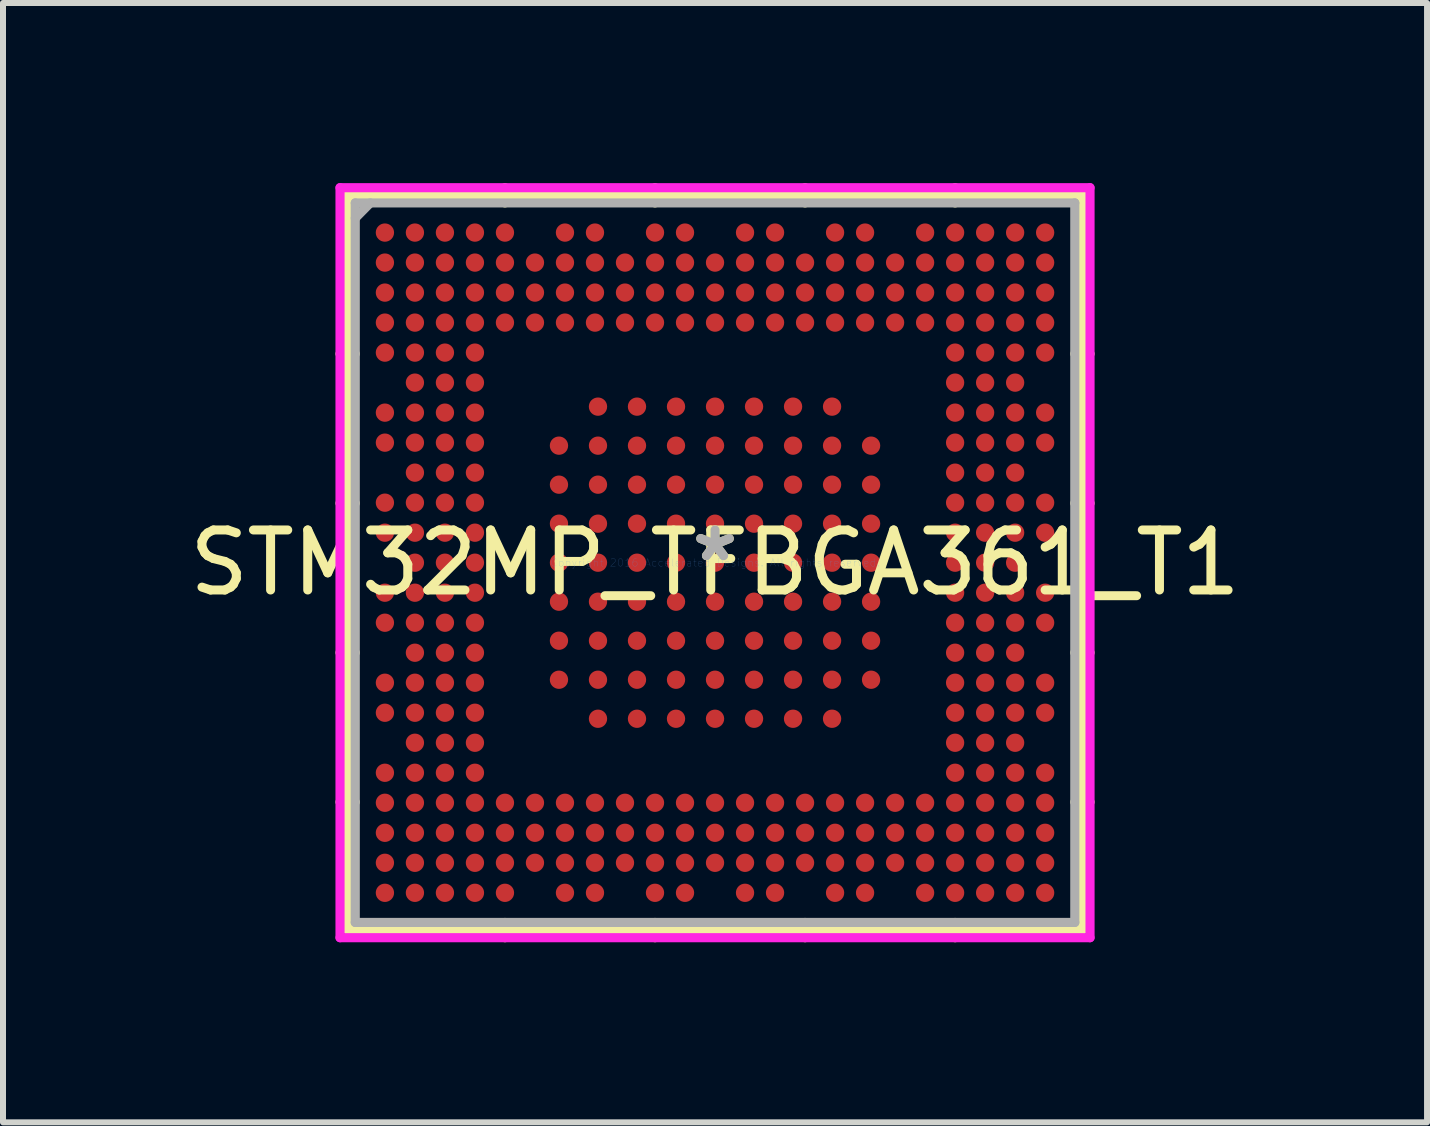
<source format=kicad_pcb>
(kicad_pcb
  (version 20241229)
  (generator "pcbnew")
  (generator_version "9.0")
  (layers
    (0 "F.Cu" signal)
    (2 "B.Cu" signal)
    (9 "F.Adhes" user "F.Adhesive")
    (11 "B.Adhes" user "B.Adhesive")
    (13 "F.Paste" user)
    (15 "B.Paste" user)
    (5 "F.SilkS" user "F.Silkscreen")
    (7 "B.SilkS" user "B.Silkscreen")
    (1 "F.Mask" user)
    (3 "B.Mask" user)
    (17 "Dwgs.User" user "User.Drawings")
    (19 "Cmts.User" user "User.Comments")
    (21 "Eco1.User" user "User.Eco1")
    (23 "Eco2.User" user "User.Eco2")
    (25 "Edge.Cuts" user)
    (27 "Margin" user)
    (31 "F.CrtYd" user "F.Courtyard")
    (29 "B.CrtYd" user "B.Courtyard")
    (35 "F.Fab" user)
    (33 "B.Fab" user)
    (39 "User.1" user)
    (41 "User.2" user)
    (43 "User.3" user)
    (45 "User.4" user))
  (footprint "STM32MP_TFBGA361_T1"
    (layer "F.Cu")
    (at 8.863 6.325)
    (property "Reference" "STM32MP_TFBGA361_T1" (at 0 0 0) (layer "F.SilkS") (effects (font (size 1 1) (thickness 0.15))))
    (attr through_hole)
    (fp_line (start -6.121 -6.121) (end -6.121 6.121) (stroke (width 0.152) (type solid)) (layer "F.SilkS"))
    (fp_line (start -6.121 6.121) (end 6.121 6.121) (stroke (width 0.152) (type solid)) (layer "F.SilkS"))
    (fp_line (start -5.994 -3.48) (end -6.248 -3.48) (stroke (width 0.152) (type solid)) (layer "F.SilkS"))
    (fp_line (start -5.994 -0.991) (end -6.248 -0.991) (stroke (width 0.152) (type solid)) (layer "F.SilkS"))
    (fp_line (start -5.994 1.499) (end -6.248 1.499) (stroke (width 0.152) (type solid)) (layer "F.SilkS"))
    (fp_line (start -5.994 3.988) (end -6.248 3.988) (stroke (width 0.152) (type solid)) (layer "F.SilkS"))
    (fp_line (start -3.5 -5.994) (end -3.5 -6.248) (stroke (width 0.152) (type solid)) (layer "F.SilkS"))
    (fp_line (start -3.5 5.994) (end -3.5 6.248) (stroke (width 0.152) (type solid)) (layer "F.SilkS"))
    (fp_line (start -1 -5.994) (end -1 -6.248) (stroke (width 0.152) (type solid)) (layer "F.SilkS"))
    (fp_line (start -1 5.994) (end -1 6.248) (stroke (width 0.152) (type solid)) (layer "F.SilkS"))
    (fp_line (start 1.5 -5.994) (end 1.5 -6.248) (stroke (width 0.152) (type solid)) (layer "F.SilkS"))
    (fp_line (start 1.5 5.994) (end 1.5 6.248) (stroke (width 0.152) (type solid)) (layer "F.SilkS"))
    (fp_line (start 4 -5.994) (end 4 -6.248) (stroke (width 0.152) (type solid)) (layer "F.SilkS"))
    (fp_line (start 4 5.994) (end 4 6.248) (stroke (width 0.152) (type solid)) (layer "F.SilkS"))
    (fp_line (start 5.994 -3.48) (end 6.248 -3.48) (stroke (width 0.152) (type solid)) (layer "F.SilkS"))
    (fp_line (start 5.994 -0.991) (end 6.248 -0.991) (stroke (width 0.152) (type solid)) (layer "F.SilkS"))
    (fp_line (start 5.994 1.499) (end 6.248 1.499) (stroke (width 0.152) (type solid)) (layer "F.SilkS"))
    (fp_line (start 5.994 3.988) (end 6.248 3.988) (stroke (width 0.152) (type solid)) (layer "F.SilkS"))
    (fp_line (start 6.121 -6.121) (end -6.121 -6.121) (stroke (width 0.152) (type solid)) (layer "F.SilkS"))
    (fp_line (start 6.121 6.121) (end 6.121 -6.121) (stroke (width 0.152) (type solid)) (layer "F.SilkS"))
    (fp_line (start -6.248 -6.248) (end 6.248 -6.248) (stroke (width 0.152) (type solid)) (layer "F.CrtYd"))
    (fp_line (start -6.248 6.248) (end -6.248 -6.248) (stroke (width 0.152) (type solid)) (layer "F.CrtYd"))
    (fp_line (start 6.248 -6.248) (end 6.248 6.248) (stroke (width 0.152) (type solid)) (layer "F.CrtYd"))
    (fp_line (start 6.248 6.248) (end -6.248 6.248) (stroke (width 0.152) (type solid)) (layer "F.CrtYd"))
    (fp_line (start -5.994 -5.994) (end -5.994 5.994) (stroke (width 0.152) (type solid)) (layer "F.Fab"))
    (fp_line (start -5.994 5.994) (end 5.994 5.994) (stroke (width 0.152) (type solid)) (layer "F.Fab"))
    (fp_line (start -5.744 -5.994) (end -5.994 -5.74) (stroke (width 0.152) (type solid)) (layer "F.Fab"))
    (fp_line (start 5.994 -5.994) (end -5.994 -5.994) (stroke (width 0.152) (type solid)) (layer "F.Fab"))
    (fp_line (start 5.994 5.994) (end 5.994 -5.994) (stroke (width 0.152) (type solid)) (layer "F.Fab"))
    (fp_text user "*" (at 0 0 0) (layer "F.SilkS") (effects (font (size 1 1) (thickness 0.15))))
    (fp_text user "Copyright 2016 Accelerated Designs. All rights reserved." (at 0 0 0) (layer "Cmts.User") (effects (font (size 0.127 0.127) (thickness 0.002))))
    (fp_text user "*" (at 0 0 0) (layer "F.Fab") (effects (font (size 1 1) (thickness 0.15))))
    (pad "1A2" smd circle (at -1.95 -2.6) (size 0.305 0.305) (layers "F.Cu" "F.Mask" "F.Paste"))
    (pad "1A3" smd circle (at -1.3 -2.6) (size 0.305 0.305) (layers "F.Cu" "F.Mask" "F.Paste"))
    (pad "1A4" smd circle (at -0.65 -2.6) (size 0.305 0.305) (layers "F.Cu" "F.Mask" "F.Paste"))
    (pad "1A5" smd circle (at 0 -2.6) (size 0.305 0.305) (layers "F.Cu" "F.Mask" "F.Paste"))
    (pad "1A6" smd circle (at 0.65 -2.6) (size 0.305 0.305) (layers "F.Cu" "F.Mask" "F.Paste"))
    (pad "1A7" smd circle (at 1.3 -2.6) (size 0.305 0.305) (layers "F.Cu" "F.Mask" "F.Paste"))
    (pad "1A8" smd circle (at 1.95 -2.6) (size 0.305 0.305) (layers "F.Cu" "F.Mask" "F.Paste"))
    (pad "1B1" smd circle (at -2.6 -1.95) (size 0.305 0.305) (layers "F.Cu" "F.Mask" "F.Paste"))
    (pad "1B2" smd circle (at -1.95 -1.95) (size 0.305 0.305) (layers "F.Cu" "F.Mask" "F.Paste"))
    (pad "1B3" smd circle (at -1.3 -1.95) (size 0.305 0.305) (layers "F.Cu" "F.Mask" "F.Paste"))
    (pad "1B4" smd circle (at -0.65 -1.95) (size 0.305 0.305) (layers "F.Cu" "F.Mask" "F.Paste"))
    (pad "1B5" smd circle (at 0 -1.95) (size 0.305 0.305) (layers "F.Cu" "F.Mask" "F.Paste"))
    (pad "1B6" smd circle (at 0.65 -1.95) (size 0.305 0.305) (layers "F.Cu" "F.Mask" "F.Paste"))
    (pad "1B7" smd circle (at 1.3 -1.95) (size 0.305 0.305) (layers "F.Cu" "F.Mask" "F.Paste"))
    (pad "1B8" smd circle (at 1.95 -1.95) (size 0.305 0.305) (layers "F.Cu" "F.Mask" "F.Paste"))
    (pad "1B9" smd circle (at 2.6 -1.95) (size 0.305 0.305) (layers "F.Cu" "F.Mask" "F.Paste"))
    (pad "1C1" smd circle (at -2.6 -1.3) (size 0.305 0.305) (layers "F.Cu" "F.Mask" "F.Paste"))
    (pad "1C2" smd circle (at -1.95 -1.3) (size 0.305 0.305) (layers "F.Cu" "F.Mask" "F.Paste"))
    (pad "1C3" smd circle (at -1.3 -1.3) (size 0.305 0.305) (layers "F.Cu" "F.Mask" "F.Paste"))
    (pad "1C4" smd circle (at -0.65 -1.3) (size 0.305 0.305) (layers "F.Cu" "F.Mask" "F.Paste"))
    (pad "1C5" smd circle (at 0 -1.3) (size 0.305 0.305) (layers "F.Cu" "F.Mask" "F.Paste"))
    (pad "1C6" smd circle (at 0.65 -1.3) (size 0.305 0.305) (layers "F.Cu" "F.Mask" "F.Paste"))
    (pad "1C7" smd circle (at 1.3 -1.3) (size 0.305 0.305) (layers "F.Cu" "F.Mask" "F.Paste"))
    (pad "1C8" smd circle (at 1.95 -1.3) (size 0.305 0.305) (layers "F.Cu" "F.Mask" "F.Paste"))
    (pad "1C9" smd circle (at 2.6 -1.3) (size 0.305 0.305) (layers "F.Cu" "F.Mask" "F.Paste"))
    (pad "1D1" smd circle (at -2.6 -0.65) (size 0.305 0.305) (layers "F.Cu" "F.Mask" "F.Paste"))
    (pad "1D2" smd circle (at -1.95 -0.65) (size 0.305 0.305) (layers "F.Cu" "F.Mask" "F.Paste"))
    (pad "1D3" smd circle (at -1.3 -0.65) (size 0.305 0.305) (layers "F.Cu" "F.Mask" "F.Paste"))
    (pad "1D4" smd circle (at -0.65 -0.65) (size 0.305 0.305) (layers "F.Cu" "F.Mask" "F.Paste"))
    (pad "1D5" smd circle (at 0 -0.65) (size 0.305 0.305) (layers "F.Cu" "F.Mask" "F.Paste"))
    (pad "1D6" smd circle (at 0.65 -0.65) (size 0.305 0.305) (layers "F.Cu" "F.Mask" "F.Paste"))
    (pad "1D7" smd circle (at 1.3 -0.65) (size 0.305 0.305) (layers "F.Cu" "F.Mask" "F.Paste"))
    (pad "1D8" smd circle (at 1.95 -0.65) (size 0.305 0.305) (layers "F.Cu" "F.Mask" "F.Paste"))
    (pad "1D9" smd circle (at 2.6 -0.65) (size 0.305 0.305) (layers "F.Cu" "F.Mask" "F.Paste"))
    (pad "1E1" smd circle (at -2.6 0) (size 0.305 0.305) (layers "F.Cu" "F.Mask" "F.Paste"))
    (pad "1E2" smd circle (at -1.95 0) (size 0.305 0.305) (layers "F.Cu" "F.Mask" "F.Paste"))
    (pad "1E3" smd circle (at -1.3 0) (size 0.305 0.305) (layers "F.Cu" "F.Mask" "F.Paste"))
    (pad "1E4" smd circle (at -0.65 0) (size 0.305 0.305) (layers "F.Cu" "F.Mask" "F.Paste"))
    (pad "1E5" smd circle (at 0 0) (size 0.305 0.305) (layers "F.Cu" "F.Mask" "F.Paste"))
    (pad "1E6" smd circle (at 0.65 0) (size 0.305 0.305) (layers "F.Cu" "F.Mask" "F.Paste"))
    (pad "1E7" smd circle (at 1.3 0) (size 0.305 0.305) (layers "F.Cu" "F.Mask" "F.Paste"))
    (pad "1E8" smd circle (at 1.95 0) (size 0.305 0.305) (layers "F.Cu" "F.Mask" "F.Paste"))
    (pad "1E9" smd circle (at 2.6 0) (size 0.305 0.305) (layers "F.Cu" "F.Mask" "F.Paste"))
    (pad "1F1" smd circle (at -2.6 0.65) (size 0.305 0.305) (layers "F.Cu" "F.Mask" "F.Paste"))
    (pad "1F2" smd circle (at -1.95 0.65) (size 0.305 0.305) (layers "F.Cu" "F.Mask" "F.Paste"))
    (pad "1F3" smd circle (at -1.3 0.65) (size 0.305 0.305) (layers "F.Cu" "F.Mask" "F.Paste"))
    (pad "1F4" smd circle (at -0.65 0.65) (size 0.305 0.305) (layers "F.Cu" "F.Mask" "F.Paste"))
    (pad "1F5" smd circle (at 0 0.65) (size 0.305 0.305) (layers "F.Cu" "F.Mask" "F.Paste"))
    (pad "1F6" smd circle (at 0.65 0.65) (size 0.305 0.305) (layers "F.Cu" "F.Mask" "F.Paste"))
    (pad "1F7" smd circle (at 1.3 0.65) (size 0.305 0.305) (layers "F.Cu" "F.Mask" "F.Paste"))
    (pad "1F8" smd circle (at 1.95 0.65) (size 0.305 0.305) (layers "F.Cu" "F.Mask" "F.Paste"))
    (pad "1F9" smd circle (at 2.6 0.65) (size 0.305 0.305) (layers "F.Cu" "F.Mask" "F.Paste"))
    (pad "1G1" smd circle (at -2.6 1.3) (size 0.305 0.305) (layers "F.Cu" "F.Mask" "F.Paste"))
    (pad "1G2" smd circle (at -1.95 1.3) (size 0.305 0.305) (layers "F.Cu" "F.Mask" "F.Paste"))
    (pad "1G3" smd circle (at -1.3 1.3) (size 0.305 0.305) (layers "F.Cu" "F.Mask" "F.Paste"))
    (pad "1G4" smd circle (at -0.65 1.3) (size 0.305 0.305) (layers "F.Cu" "F.Mask" "F.Paste"))
    (pad "1G5" smd circle (at 0 1.3) (size 0.305 0.305) (layers "F.Cu" "F.Mask" "F.Paste"))
    (pad "1G6" smd circle (at 0.65 1.3) (size 0.305 0.305) (layers "F.Cu" "F.Mask" "F.Paste"))
    (pad "1G7" smd circle (at 1.3 1.3) (size 0.305 0.305) (layers "F.Cu" "F.Mask" "F.Paste"))
    (pad "1G8" smd circle (at 1.95 1.3) (size 0.305 0.305) (layers "F.Cu" "F.Mask" "F.Paste"))
    (pad "1G9" smd circle (at 2.6 1.3) (size 0.305 0.305) (layers "F.Cu" "F.Mask" "F.Paste"))
    (pad "1H1" smd circle (at -2.6 1.95) (size 0.305 0.305) (layers "F.Cu" "F.Mask" "F.Paste"))
    (pad "1H2" smd circle (at -1.95 1.95) (size 0.305 0.305) (layers "F.Cu" "F.Mask" "F.Paste"))
    (pad "1H3" smd circle (at -1.3 1.95) (size 0.305 0.305) (layers "F.Cu" "F.Mask" "F.Paste"))
    (pad "1H4" smd circle (at -0.65 1.95) (size 0.305 0.305) (layers "F.Cu" "F.Mask" "F.Paste"))
    (pad "1H5" smd circle (at 0 1.95) (size 0.305 0.305) (layers "F.Cu" "F.Mask" "F.Paste"))
    (pad "1H6" smd circle (at 0.65 1.95) (size 0.305 0.305) (layers "F.Cu" "F.Mask" "F.Paste"))
    (pad "1H7" smd circle (at 1.3 1.95) (size 0.305 0.305) (layers "F.Cu" "F.Mask" "F.Paste"))
    (pad "1H8" smd circle (at 1.95 1.95) (size 0.305 0.305) (layers "F.Cu" "F.Mask" "F.Paste"))
    (pad "1H9" smd circle (at 2.6 1.95) (size 0.305 0.305) (layers "F.Cu" "F.Mask" "F.Paste"))
    (pad "1J2" smd circle (at -1.95 2.6) (size 0.305 0.305) (layers "F.Cu" "F.Mask" "F.Paste"))
    (pad "1J3" smd circle (at -1.3 2.6) (size 0.305 0.305) (layers "F.Cu" "F.Mask" "F.Paste"))
    (pad "1J4" smd circle (at -0.65 2.6) (size 0.305 0.305) (layers "F.Cu" "F.Mask" "F.Paste"))
    (pad "1J5" smd circle (at 0 2.6) (size 0.305 0.305) (layers "F.Cu" "F.Mask" "F.Paste"))
    (pad "1J6" smd circle (at 0.65 2.6) (size 0.305 0.305) (layers "F.Cu" "F.Mask" "F.Paste"))
    (pad "1J7" smd circle (at 1.3 2.6) (size 0.305 0.305) (layers "F.Cu" "F.Mask" "F.Paste"))
    (pad "1J8" smd circle (at 1.95 2.6) (size 0.305 0.305) (layers "F.Cu" "F.Mask" "F.Paste"))
    (pad "A1" smd circle (at -5.5 -5.5) (size 0.305 0.305) (layers "F.Cu" "F.Mask" "F.Paste"))
    (pad "A2" smd circle (at -5 -5.5) (size 0.305 0.305) (layers "F.Cu" "F.Mask" "F.Paste"))
    (pad "A3" smd circle (at -4.5 -5.5) (size 0.305 0.305) (layers "F.Cu" "F.Mask" "F.Paste"))
    (pad "A4" smd circle (at -4 -5.5) (size 0.305 0.305) (layers "F.Cu" "F.Mask" "F.Paste"))
    (pad "A5" smd circle (at -3.5 -5.5) (size 0.305 0.305) (layers "F.Cu" "F.Mask" "F.Paste"))
    (pad "A7" smd circle (at -2.5 -5.5) (size 0.305 0.305) (layers "F.Cu" "F.Mask" "F.Paste"))
    (pad "A8" smd circle (at -2 -5.5) (size 0.305 0.305) (layers "F.Cu" "F.Mask" "F.Paste"))
    (pad "A10" smd circle (at -1 -5.5) (size 0.305 0.305) (layers "F.Cu" "F.Mask" "F.Paste"))
    (pad "A11" smd circle (at -0.5 -5.5) (size 0.305 0.305) (layers "F.Cu" "F.Mask" "F.Paste"))
    (pad "A13" smd circle (at 0.5 -5.5) (size 0.305 0.305) (layers "F.Cu" "F.Mask" "F.Paste"))
    (pad "A14" smd circle (at 1 -5.5) (size 0.305 0.305) (layers "F.Cu" "F.Mask" "F.Paste"))
    (pad "A16" smd circle (at 2 -5.5) (size 0.305 0.305) (layers "F.Cu" "F.Mask" "F.Paste"))
    (pad "A17" smd circle (at 2.5 -5.5) (size 0.305 0.305) (layers "F.Cu" "F.Mask" "F.Paste"))
    (pad "A19" smd circle (at 3.5 -5.5) (size 0.305 0.305) (layers "F.Cu" "F.Mask" "F.Paste"))
    (pad "A20" smd circle (at 4 -5.5) (size 0.305 0.305) (layers "F.Cu" "F.Mask" "F.Paste"))
    (pad "A21" smd circle (at 4.5 -5.5) (size 0.305 0.305) (layers "F.Cu" "F.Mask" "F.Paste"))
    (pad "A22" smd circle (at 5 -5.5) (size 0.305 0.305) (layers "F.Cu" "F.Mask" "F.Paste"))
    (pad "A23" smd circle (at 5.5 -5.5) (size 0.305 0.305) (layers "F.Cu" "F.Mask" "F.Paste"))
    (pad "AA1" smd circle (at -5.5 4.5) (size 0.305 0.305) (layers "F.Cu" "F.Mask" "F.Paste"))
    (pad "AA2" smd circle (at -5 4.5) (size 0.305 0.305) (layers "F.Cu" "F.Mask" "F.Paste"))
    (pad "AA3" smd circle (at -4.5 4.5) (size 0.305 0.305) (layers "F.Cu" "F.Mask" "F.Paste"))
    (pad "AA4" smd circle (at -4 4.5) (size 0.305 0.305) (layers "F.Cu" "F.Mask" "F.Paste"))
    (pad "AA5" smd circle (at -3.5 4.5) (size 0.305 0.305) (layers "F.Cu" "F.Mask" "F.Paste"))
    (pad "AA6" smd circle (at -3 4.5) (size 0.305 0.305) (layers "F.Cu" "F.Mask" "F.Paste"))
    (pad "AA7" smd circle (at -2.5 4.5) (size 0.305 0.305) (layers "F.Cu" "F.Mask" "F.Paste"))
    (pad "AA8" smd circle (at -2 4.5) (size 0.305 0.305) (layers "F.Cu" "F.Mask" "F.Paste"))
    (pad "AA9" smd circle (at -1.5 4.5) (size 0.305 0.305) (layers "F.Cu" "F.Mask" "F.Paste"))
    (pad "AA10" smd circle (at -1 4.5) (size 0.305 0.305) (layers "F.Cu" "F.Mask" "F.Paste"))
    (pad "AA11" smd circle (at -0.5 4.5) (size 0.305 0.305) (layers "F.Cu" "F.Mask" "F.Paste"))
    (pad "AA12" smd circle (at 0 4.5) (size 0.305 0.305) (layers "F.Cu" "F.Mask" "F.Paste"))
    (pad "AA13" smd circle (at 0.5 4.5) (size 0.305 0.305) (layers "F.Cu" "F.Mask" "F.Paste"))
    (pad "AA14" smd circle (at 1 4.5) (size 0.305 0.305) (layers "F.Cu" "F.Mask" "F.Paste"))
    (pad "AA15" smd circle (at 1.5 4.5) (size 0.305 0.305) (layers "F.Cu" "F.Mask" "F.Paste"))
    (pad "AA16" smd circle (at 2 4.5) (size 0.305 0.305) (layers "F.Cu" "F.Mask" "F.Paste"))
    (pad "AA17" smd circle (at 2.5 4.5) (size 0.305 0.305) (layers "F.Cu" "F.Mask" "F.Paste"))
    (pad "AA18" smd circle (at 3 4.5) (size 0.305 0.305) (layers "F.Cu" "F.Mask" "F.Paste"))
    (pad "AA19" smd circle (at 3.5 4.5) (size 0.305 0.305) (layers "F.Cu" "F.Mask" "F.Paste"))
    (pad "AA20" smd circle (at 4 4.5) (size 0.305 0.305) (layers "F.Cu" "F.Mask" "F.Paste"))
    (pad "AA21" smd circle (at 4.5 4.5) (size 0.305 0.305) (layers "F.Cu" "F.Mask" "F.Paste"))
    (pad "AA22" smd circle (at 5 4.5) (size 0.305 0.305) (layers "F.Cu" "F.Mask" "F.Paste"))
    (pad "AA23" smd circle (at 5.5 4.5) (size 0.305 0.305) (layers "F.Cu" "F.Mask" "F.Paste"))
    (pad "AB1" smd circle (at -5.5 5) (size 0.305 0.305) (layers "F.Cu" "F.Mask" "F.Paste"))
    (pad "AB2" smd circle (at -5 5) (size 0.305 0.305) (layers "F.Cu" "F.Mask" "F.Paste"))
    (pad "AB3" smd circle (at -4.5 5) (size 0.305 0.305) (layers "F.Cu" "F.Mask" "F.Paste"))
    (pad "AB4" smd circle (at -4 5) (size 0.305 0.305) (layers "F.Cu" "F.Mask" "F.Paste"))
    (pad "AB5" smd circle (at -3.5 5) (size 0.305 0.305) (layers "F.Cu" "F.Mask" "F.Paste"))
    (pad "AB6" smd circle (at -3 5) (size 0.305 0.305) (layers "F.Cu" "F.Mask" "F.Paste"))
    (pad "AB7" smd circle (at -2.5 5) (size 0.305 0.305) (layers "F.Cu" "F.Mask" "F.Paste"))
    (pad "AB8" smd circle (at -2 5) (size 0.305 0.305) (layers "F.Cu" "F.Mask" "F.Paste"))
    (pad "AB9" smd circle (at -1.5 5) (size 0.305 0.305) (layers "F.Cu" "F.Mask" "F.Paste"))
    (pad "AB10" smd circle (at -1 5) (size 0.305 0.305) (layers "F.Cu" "F.Mask" "F.Paste"))
    (pad "AB11" smd circle (at -0.5 5) (size 0.305 0.305) (layers "F.Cu" "F.Mask" "F.Paste"))
    (pad "AB12" smd circle (at 0 5) (size 0.305 0.305) (layers "F.Cu" "F.Mask" "F.Paste"))
    (pad "AB13" smd circle (at 0.5 5) (size 0.305 0.305) (layers "F.Cu" "F.Mask" "F.Paste"))
    (pad "AB14" smd circle (at 1 5) (size 0.305 0.305) (layers "F.Cu" "F.Mask" "F.Paste"))
    (pad "AB15" smd circle (at 1.5 5) (size 0.305 0.305) (layers "F.Cu" "F.Mask" "F.Paste"))
    (pad "AB16" smd circle (at 2 5) (size 0.305 0.305) (layers "F.Cu" "F.Mask" "F.Paste"))
    (pad "AB17" smd circle (at 2.5 5) (size 0.305 0.305) (layers "F.Cu" "F.Mask" "F.Paste"))
    (pad "AB18" smd circle (at 3 5) (size 0.305 0.305) (layers "F.Cu" "F.Mask" "F.Paste"))
    (pad "AB19" smd circle (at 3.5 5) (size 0.305 0.305) (layers "F.Cu" "F.Mask" "F.Paste"))
    (pad "AB20" smd circle (at 4 5) (size 0.305 0.305) (layers "F.Cu" "F.Mask" "F.Paste"))
    (pad "AB21" smd circle (at 4.5 5) (size 0.305 0.305) (layers "F.Cu" "F.Mask" "F.Paste"))
    (pad "AB22" smd circle (at 5 5) (size 0.305 0.305) (layers "F.Cu" "F.Mask" "F.Paste"))
    (pad "AB23" smd circle (at 5.5 5) (size 0.305 0.305) (layers "F.Cu" "F.Mask" "F.Paste"))
    (pad "AC1" smd circle (at -5.5 5.5) (size 0.305 0.305) (layers "F.Cu" "F.Mask" "F.Paste"))
    (pad "AC2" smd circle (at -5 5.5) (size 0.305 0.305) (layers "F.Cu" "F.Mask" "F.Paste"))
    (pad "AC3" smd circle (at -4.5 5.5) (size 0.305 0.305) (layers "F.Cu" "F.Mask" "F.Paste"))
    (pad "AC4" smd circle (at -4 5.5) (size 0.305 0.305) (layers "F.Cu" "F.Mask" "F.Paste"))
    (pad "AC5" smd circle (at -3.5 5.5) (size 0.305 0.305) (layers "F.Cu" "F.Mask" "F.Paste"))
    (pad "AC7" smd circle (at -2.5 5.5) (size 0.305 0.305) (layers "F.Cu" "F.Mask" "F.Paste"))
    (pad "AC8" smd circle (at -2 5.5) (size 0.305 0.305) (layers "F.Cu" "F.Mask" "F.Paste"))
    (pad "AC10" smd circle (at -1 5.5) (size 0.305 0.305) (layers "F.Cu" "F.Mask" "F.Paste"))
    (pad "AC11" smd circle (at -0.5 5.5) (size 0.305 0.305) (layers "F.Cu" "F.Mask" "F.Paste"))
    (pad "AC13" smd circle (at 0.5 5.5) (size 0.305 0.305) (layers "F.Cu" "F.Mask" "F.Paste"))
    (pad "AC14" smd circle (at 1 5.5) (size 0.305 0.305) (layers "F.Cu" "F.Mask" "F.Paste"))
    (pad "AC16" smd circle (at 2 5.5) (size 0.305 0.305) (layers "F.Cu" "F.Mask" "F.Paste"))
    (pad "AC17" smd circle (at 2.5 5.5) (size 0.305 0.305) (layers "F.Cu" "F.Mask" "F.Paste"))
    (pad "AC19" smd circle (at 3.5 5.5) (size 0.305 0.305) (layers "F.Cu" "F.Mask" "F.Paste"))
    (pad "AC20" smd circle (at 4 5.5) (size 0.305 0.305) (layers "F.Cu" "F.Mask" "F.Paste"))
    (pad "AC21" smd circle (at 4.5 5.5) (size 0.305 0.305) (layers "F.Cu" "F.Mask" "F.Paste"))
    (pad "AC22" smd circle (at 5 5.5) (size 0.305 0.305) (layers "F.Cu" "F.Mask" "F.Paste"))
    (pad "AC23" smd circle (at 5.5 5.5) (size 0.305 0.305) (layers "F.Cu" "F.Mask" "F.Paste"))
    (pad "B1" smd circle (at -5.5 -5) (size 0.305 0.305) (layers "F.Cu" "F.Mask" "F.Paste"))
    (pad "B2" smd circle (at -5 -5) (size 0.305 0.305) (layers "F.Cu" "F.Mask" "F.Paste"))
    (pad "B3" smd circle (at -4.5 -5) (size 0.305 0.305) (layers "F.Cu" "F.Mask" "F.Paste"))
    (pad "B4" smd circle (at -4 -5) (size 0.305 0.305) (layers "F.Cu" "F.Mask" "F.Paste"))
    (pad "B5" smd circle (at -3.5 -5) (size 0.305 0.305) (layers "F.Cu" "F.Mask" "F.Paste"))
    (pad "B6" smd circle (at -3 -5) (size 0.305 0.305) (layers "F.Cu" "F.Mask" "F.Paste"))
    (pad "B7" smd circle (at -2.5 -5) (size 0.305 0.305) (layers "F.Cu" "F.Mask" "F.Paste"))
    (pad "B8" smd circle (at -2 -5) (size 0.305 0.305) (layers "F.Cu" "F.Mask" "F.Paste"))
    (pad "B9" smd circle (at -1.5 -5) (size 0.305 0.305) (layers "F.Cu" "F.Mask" "F.Paste"))
    (pad "B10" smd circle (at -1 -5) (size 0.305 0.305) (layers "F.Cu" "F.Mask" "F.Paste"))
    (pad "B11" smd circle (at -0.5 -5) (size 0.305 0.305) (layers "F.Cu" "F.Mask" "F.Paste"))
    (pad "B12" smd circle (at 0 -5) (size 0.305 0.305) (layers "F.Cu" "F.Mask" "F.Paste"))
    (pad "B13" smd circle (at 0.5 -5) (size 0.305 0.305) (layers "F.Cu" "F.Mask" "F.Paste"))
    (pad "B14" smd circle (at 1 -5) (size 0.305 0.305) (layers "F.Cu" "F.Mask" "F.Paste"))
    (pad "B15" smd circle (at 1.5 -5) (size 0.305 0.305) (layers "F.Cu" "F.Mask" "F.Paste"))
    (pad "B16" smd circle (at 2 -5) (size 0.305 0.305) (layers "F.Cu" "F.Mask" "F.Paste"))
    (pad "B17" smd circle (at 2.5 -5) (size 0.305 0.305) (layers "F.Cu" "F.Mask" "F.Paste"))
    (pad "B18" smd circle (at 3 -5) (size 0.305 0.305) (layers "F.Cu" "F.Mask" "F.Paste"))
    (pad "B19" smd circle (at 3.5 -5) (size 0.305 0.305) (layers "F.Cu" "F.Mask" "F.Paste"))
    (pad "B20" smd circle (at 4 -5) (size 0.305 0.305) (layers "F.Cu" "F.Mask" "F.Paste"))
    (pad "B21" smd circle (at 4.5 -5) (size 0.305 0.305) (layers "F.Cu" "F.Mask" "F.Paste"))
    (pad "B22" smd circle (at 5 -5) (size 0.305 0.305) (layers "F.Cu" "F.Mask" "F.Paste"))
    (pad "B23" smd circle (at 5.5 -5) (size 0.305 0.305) (layers "F.Cu" "F.Mask" "F.Paste"))
    (pad "C1" smd circle (at -5.5 -4.5) (size 0.305 0.305) (layers "F.Cu" "F.Mask" "F.Paste"))
    (pad "C2" smd circle (at -5 -4.5) (size 0.305 0.305) (layers "F.Cu" "F.Mask" "F.Paste"))
    (pad "C3" smd circle (at -4.5 -4.5) (size 0.305 0.305) (layers "F.Cu" "F.Mask" "F.Paste"))
    (pad "C4" smd circle (at -4 -4.5) (size 0.305 0.305) (layers "F.Cu" "F.Mask" "F.Paste"))
    (pad "C5" smd circle (at -3.5 -4.5) (size 0.305 0.305) (layers "F.Cu" "F.Mask" "F.Paste"))
    (pad "C6" smd circle (at -3 -4.5) (size 0.305 0.305) (layers "F.Cu" "F.Mask" "F.Paste"))
    (pad "C7" smd circle (at -2.5 -4.5) (size 0.305 0.305) (layers "F.Cu" "F.Mask" "F.Paste"))
    (pad "C8" smd circle (at -2 -4.5) (size 0.305 0.305) (layers "F.Cu" "F.Mask" "F.Paste"))
    (pad "C9" smd circle (at -1.5 -4.5) (size 0.305 0.305) (layers "F.Cu" "F.Mask" "F.Paste"))
    (pad "C10" smd circle (at -1 -4.5) (size 0.305 0.305) (layers "F.Cu" "F.Mask" "F.Paste"))
    (pad "C11" smd circle (at -0.5 -4.5) (size 0.305 0.305) (layers "F.Cu" "F.Mask" "F.Paste"))
    (pad "C12" smd circle (at 0 -4.5) (size 0.305 0.305) (layers "F.Cu" "F.Mask" "F.Paste"))
    (pad "C13" smd circle (at 0.5 -4.5) (size 0.305 0.305) (layers "F.Cu" "F.Mask" "F.Paste"))
    (pad "C14" smd circle (at 1 -4.5) (size 0.305 0.305) (layers "F.Cu" "F.Mask" "F.Paste"))
    (pad "C15" smd circle (at 1.5 -4.5) (size 0.305 0.305) (layers "F.Cu" "F.Mask" "F.Paste"))
    (pad "C16" smd circle (at 2 -4.5) (size 0.305 0.305) (layers "F.Cu" "F.Mask" "F.Paste"))
    (pad "C17" smd circle (at 2.5 -4.5) (size 0.305 0.305) (layers "F.Cu" "F.Mask" "F.Paste"))
    (pad "C18" smd circle (at 3 -4.5) (size 0.305 0.305) (layers "F.Cu" "F.Mask" "F.Paste"))
    (pad "C19" smd circle (at 3.5 -4.5) (size 0.305 0.305) (layers "F.Cu" "F.Mask" "F.Paste"))
    (pad "C20" smd circle (at 4 -4.5) (size 0.305 0.305) (layers "F.Cu" "F.Mask" "F.Paste"))
    (pad "C21" smd circle (at 4.5 -4.5) (size 0.305 0.305) (layers "F.Cu" "F.Mask" "F.Paste"))
    (pad "C22" smd circle (at 5 -4.5) (size 0.305 0.305) (layers "F.Cu" "F.Mask" "F.Paste"))
    (pad "C23" smd circle (at 5.5 -4.5) (size 0.305 0.305) (layers "F.Cu" "F.Mask" "F.Paste"))
    (pad "D1" smd circle (at -5.5 -4) (size 0.305 0.305) (layers "F.Cu" "F.Mask" "F.Paste"))
    (pad "D2" smd circle (at -5 -4) (size 0.305 0.305) (layers "F.Cu" "F.Mask" "F.Paste"))
    (pad "D3" smd circle (at -4.5 -4) (size 0.305 0.305) (layers "F.Cu" "F.Mask" "F.Paste"))
    (pad "D4" smd circle (at -4 -4) (size 0.305 0.305) (layers "F.Cu" "F.Mask" "F.Paste"))
    (pad "D5" smd circle (at -3.5 -4) (size 0.305 0.305) (layers "F.Cu" "F.Mask" "F.Paste"))
    (pad "D6" smd circle (at -3 -4) (size 0.305 0.305) (layers "F.Cu" "F.Mask" "F.Paste"))
    (pad "D7" smd circle (at -2.5 -4) (size 0.305 0.305) (layers "F.Cu" "F.Mask" "F.Paste"))
    (pad "D8" smd circle (at -2 -4) (size 0.305 0.305) (layers "F.Cu" "F.Mask" "F.Paste"))
    (pad "D9" smd circle (at -1.5 -4) (size 0.305 0.305) (layers "F.Cu" "F.Mask" "F.Paste"))
    (pad "D10" smd circle (at -1 -4) (size 0.305 0.305) (layers "F.Cu" "F.Mask" "F.Paste"))
    (pad "D11" smd circle (at -0.5 -4) (size 0.305 0.305) (layers "F.Cu" "F.Mask" "F.Paste"))
    (pad "D12" smd circle (at 0 -4) (size 0.305 0.305) (layers "F.Cu" "F.Mask" "F.Paste"))
    (pad "D13" smd circle (at 0.5 -4) (size 0.305 0.305) (layers "F.Cu" "F.Mask" "F.Paste"))
    (pad "D14" smd circle (at 1 -4) (size 0.305 0.305) (layers "F.Cu" "F.Mask" "F.Paste"))
    (pad "D15" smd circle (at 1.5 -4) (size 0.305 0.305) (layers "F.Cu" "F.Mask" "F.Paste"))
    (pad "D16" smd circle (at 2 -4) (size 0.305 0.305) (layers "F.Cu" "F.Mask" "F.Paste"))
    (pad "D17" smd circle (at 2.5 -4) (size 0.305 0.305) (layers "F.Cu" "F.Mask" "F.Paste"))
    (pad "D18" smd circle (at 3 -4) (size 0.305 0.305) (layers "F.Cu" "F.Mask" "F.Paste"))
    (pad "D19" smd circle (at 3.5 -4) (size 0.305 0.305) (layers "F.Cu" "F.Mask" "F.Paste"))
    (pad "D20" smd circle (at 4 -4) (size 0.305 0.305) (layers "F.Cu" "F.Mask" "F.Paste"))
    (pad "D21" smd circle (at 4.5 -4) (size 0.305 0.305) (layers "F.Cu" "F.Mask" "F.Paste"))
    (pad "D22" smd circle (at 5 -4) (size 0.305 0.305) (layers "F.Cu" "F.Mask" "F.Paste"))
    (pad "D23" smd circle (at 5.5 -4) (size 0.305 0.305) (layers "F.Cu" "F.Mask" "F.Paste"))
    (pad "E1" smd circle (at -5.5 -3.5) (size 0.305 0.305) (layers "F.Cu" "F.Mask" "F.Paste"))
    (pad "E2" smd circle (at -5 -3.5) (size 0.305 0.305) (layers "F.Cu" "F.Mask" "F.Paste"))
    (pad "E3" smd circle (at -4.5 -3.5) (size 0.305 0.305) (layers "F.Cu" "F.Mask" "F.Paste"))
    (pad "E4" smd circle (at -4 -3.5) (size 0.305 0.305) (layers "F.Cu" "F.Mask" "F.Paste"))
    (pad "E20" smd circle (at 4 -3.5) (size 0.305 0.305) (layers "F.Cu" "F.Mask" "F.Paste"))
    (pad "E21" smd circle (at 4.5 -3.5) (size 0.305 0.305) (layers "F.Cu" "F.Mask" "F.Paste"))
    (pad "E22" smd circle (at 5 -3.5) (size 0.305 0.305) (layers "F.Cu" "F.Mask" "F.Paste"))
    (pad "E23" smd circle (at 5.5 -3.5) (size 0.305 0.305) (layers "F.Cu" "F.Mask" "F.Paste"))
    (pad "F2" smd circle (at -5 -3) (size 0.305 0.305) (layers "F.Cu" "F.Mask" "F.Paste"))
    (pad "F3" smd circle (at -4.5 -3) (size 0.305 0.305) (layers "F.Cu" "F.Mask" "F.Paste"))
    (pad "F4" smd circle (at -4 -3) (size 0.305 0.305) (layers "F.Cu" "F.Mask" "F.Paste"))
    (pad "F20" smd circle (at 4 -3) (size 0.305 0.305) (layers "F.Cu" "F.Mask" "F.Paste"))
    (pad "F21" smd circle (at 4.5 -3) (size 0.305 0.305) (layers "F.Cu" "F.Mask" "F.Paste"))
    (pad "F22" smd circle (at 5 -3) (size 0.305 0.305) (layers "F.Cu" "F.Mask" "F.Paste"))
    (pad "G1" smd circle (at -5.5 -2.5) (size 0.305 0.305) (layers "F.Cu" "F.Mask" "F.Paste"))
    (pad "G2" smd circle (at -5 -2.5) (size 0.305 0.305) (layers "F.Cu" "F.Mask" "F.Paste"))
    (pad "G3" smd circle (at -4.5 -2.5) (size 0.305 0.305) (layers "F.Cu" "F.Mask" "F.Paste"))
    (pad "G4" smd circle (at -4 -2.5) (size 0.305 0.305) (layers "F.Cu" "F.Mask" "F.Paste"))
    (pad "G20" smd circle (at 4 -2.5) (size 0.305 0.305) (layers "F.Cu" "F.Mask" "F.Paste"))
    (pad "G21" smd circle (at 4.5 -2.5) (size 0.305 0.305) (layers "F.Cu" "F.Mask" "F.Paste"))
    (pad "G22" smd circle (at 5 -2.5) (size 0.305 0.305) (layers "F.Cu" "F.Mask" "F.Paste"))
    (pad "G23" smd circle (at 5.5 -2.5) (size 0.305 0.305) (layers "F.Cu" "F.Mask" "F.Paste"))
    (pad "H1" smd circle (at -5.5 -2) (size 0.305 0.305) (layers "F.Cu" "F.Mask" "F.Paste"))
    (pad "H2" smd circle (at -5 -2) (size 0.305 0.305) (layers "F.Cu" "F.Mask" "F.Paste"))
    (pad "H3" smd circle (at -4.5 -2) (size 0.305 0.305) (layers "F.Cu" "F.Mask" "F.Paste"))
    (pad "H4" smd circle (at -4 -2) (size 0.305 0.305) (layers "F.Cu" "F.Mask" "F.Paste"))
    (pad "H20" smd circle (at 4 -2) (size 0.305 0.305) (layers "F.Cu" "F.Mask" "F.Paste"))
    (pad "H21" smd circle (at 4.5 -2) (size 0.305 0.305) (layers "F.Cu" "F.Mask" "F.Paste"))
    (pad "H22" smd circle (at 5 -2) (size 0.305 0.305) (layers "F.Cu" "F.Mask" "F.Paste"))
    (pad "H23" smd circle (at 5.5 -2) (size 0.305 0.305) (layers "F.Cu" "F.Mask" "F.Paste"))
    (pad "J2" smd circle (at -5 -1.5) (size 0.305 0.305) (layers "F.Cu" "F.Mask" "F.Paste"))
    (pad "J3" smd circle (at -4.5 -1.5) (size 0.305 0.305) (layers "F.Cu" "F.Mask" "F.Paste"))
    (pad "J4" smd circle (at -4 -1.5) (size 0.305 0.305) (layers "F.Cu" "F.Mask" "F.Paste"))
    (pad "J20" smd circle (at 4 -1.5) (size 0.305 0.305) (layers "F.Cu" "F.Mask" "F.Paste"))
    (pad "J21" smd circle (at 4.5 -1.5) (size 0.305 0.305) (layers "F.Cu" "F.Mask" "F.Paste"))
    (pad "J22" smd circle (at 5 -1.5) (size 0.305 0.305) (layers "F.Cu" "F.Mask" "F.Paste"))
    (pad "K1" smd circle (at -5.5 -1) (size 0.305 0.305) (layers "F.Cu" "F.Mask" "F.Paste"))
    (pad "K2" smd circle (at -5 -1) (size 0.305 0.305) (layers "F.Cu" "F.Mask" "F.Paste"))
    (pad "K3" smd circle (at -4.5 -1) (size 0.305 0.305) (layers "F.Cu" "F.Mask" "F.Paste"))
    (pad "K4" smd circle (at -4 -1) (size 0.305 0.305) (layers "F.Cu" "F.Mask" "F.Paste"))
    (pad "K20" smd circle (at 4 -1) (size 0.305 0.305) (layers "F.Cu" "F.Mask" "F.Paste"))
    (pad "K21" smd circle (at 4.5 -1) (size 0.305 0.305) (layers "F.Cu" "F.Mask" "F.Paste"))
    (pad "K22" smd circle (at 5 -1) (size 0.305 0.305) (layers "F.Cu" "F.Mask" "F.Paste"))
    (pad "K23" smd circle (at 5.5 -1) (size 0.305 0.305) (layers "F.Cu" "F.Mask" "F.Paste"))
    (pad "L1" smd circle (at -5.5 -0.5) (size 0.305 0.305) (layers "F.Cu" "F.Mask" "F.Paste"))
    (pad "L2" smd circle (at -5 -0.5) (size 0.305 0.305) (layers "F.Cu" "F.Mask" "F.Paste"))
    (pad "L3" smd circle (at -4.5 -0.5) (size 0.305 0.305) (layers "F.Cu" "F.Mask" "F.Paste"))
    (pad "L4" smd circle (at -4 -0.5) (size 0.305 0.305) (layers "F.Cu" "F.Mask" "F.Paste"))
    (pad "L20" smd circle (at 4 -0.5) (size 0.305 0.305) (layers "F.Cu" "F.Mask" "F.Paste"))
    (pad "L21" smd circle (at 4.5 -0.5) (size 0.305 0.305) (layers "F.Cu" "F.Mask" "F.Paste"))
    (pad "L22" smd circle (at 5 -0.5) (size 0.305 0.305) (layers "F.Cu" "F.Mask" "F.Paste"))
    (pad "L23" smd circle (at 5.5 -0.5) (size 0.305 0.305) (layers "F.Cu" "F.Mask" "F.Paste"))
    (pad "M2" smd circle (at -5 0) (size 0.305 0.305) (layers "F.Cu" "F.Mask" "F.Paste"))
    (pad "M3" smd circle (at -4.5 0) (size 0.305 0.305) (layers "F.Cu" "F.Mask" "F.Paste"))
    (pad "M4" smd circle (at -4 0) (size 0.305 0.305) (layers "F.Cu" "F.Mask" "F.Paste"))
    (pad "M20" smd circle (at 4 0) (size 0.305 0.305) (layers "F.Cu" "F.Mask" "F.Paste"))
    (pad "M21" smd circle (at 4.5 0) (size 0.305 0.305) (layers "F.Cu" "F.Mask" "F.Paste"))
    (pad "M22" smd circle (at 5 0) (size 0.305 0.305) (layers "F.Cu" "F.Mask" "F.Paste"))
    (pad "N1" smd circle (at -5.5 0.5) (size 0.305 0.305) (layers "F.Cu" "F.Mask" "F.Paste"))
    (pad "N2" smd circle (at -5 0.5) (size 0.305 0.305) (layers "F.Cu" "F.Mask" "F.Paste"))
    (pad "N3" smd circle (at -4.5 0.5) (size 0.305 0.305) (layers "F.Cu" "F.Mask" "F.Paste"))
    (pad "N4" smd circle (at -4 0.5) (size 0.305 0.305) (layers "F.Cu" "F.Mask" "F.Paste"))
    (pad "N20" smd circle (at 4 0.5) (size 0.305 0.305) (layers "F.Cu" "F.Mask" "F.Paste"))
    (pad "N21" smd circle (at 4.5 0.5) (size 0.305 0.305) (layers "F.Cu" "F.Mask" "F.Paste"))
    (pad "N22" smd circle (at 5 0.5) (size 0.305 0.305) (layers "F.Cu" "F.Mask" "F.Paste"))
    (pad "N23" smd circle (at 5.5 0.5) (size 0.305 0.305) (layers "F.Cu" "F.Mask" "F.Paste"))
    (pad "P1" smd circle (at -5.5 1) (size 0.305 0.305) (layers "F.Cu" "F.Mask" "F.Paste"))
    (pad "P2" smd circle (at -5 1) (size 0.305 0.305) (layers "F.Cu" "F.Mask" "F.Paste"))
    (pad "P3" smd circle (at -4.5 1) (size 0.305 0.305) (layers "F.Cu" "F.Mask" "F.Paste"))
    (pad "P4" smd circle (at -4 1) (size 0.305 0.305) (layers "F.Cu" "F.Mask" "F.Paste"))
    (pad "P20" smd circle (at 4 1) (size 0.305 0.305) (layers "F.Cu" "F.Mask" "F.Paste"))
    (pad "P21" smd circle (at 4.5 1) (size 0.305 0.305) (layers "F.Cu" "F.Mask" "F.Paste"))
    (pad "P22" smd circle (at 5 1) (size 0.305 0.305) (layers "F.Cu" "F.Mask" "F.Paste"))
    (pad "P23" smd circle (at 5.5 1) (size 0.305 0.305) (layers "F.Cu" "F.Mask" "F.Paste"))
    (pad "R2" smd circle (at -5 1.5) (size 0.305 0.305) (layers "F.Cu" "F.Mask" "F.Paste"))
    (pad "R3" smd circle (at -4.5 1.5) (size 0.305 0.305) (layers "F.Cu" "F.Mask" "F.Paste"))
    (pad "R4" smd circle (at -4 1.5) (size 0.305 0.305) (layers "F.Cu" "F.Mask" "F.Paste"))
    (pad "R20" smd circle (at 4 1.5) (size 0.305 0.305) (layers "F.Cu" "F.Mask" "F.Paste"))
    (pad "R21" smd circle (at 4.5 1.5) (size 0.305 0.305) (layers "F.Cu" "F.Mask" "F.Paste"))
    (pad "R22" smd circle (at 5 1.5) (size 0.305 0.305) (layers "F.Cu" "F.Mask" "F.Paste"))
    (pad "T1" smd circle (at -5.5 2) (size 0.305 0.305) (layers "F.Cu" "F.Mask" "F.Paste"))
    (pad "T2" smd circle (at -5 2) (size 0.305 0.305) (layers "F.Cu" "F.Mask" "F.Paste"))
    (pad "T3" smd circle (at -4.5 2) (size 0.305 0.305) (layers "F.Cu" "F.Mask" "F.Paste"))
    (pad "T4" smd circle (at -4 2) (size 0.305 0.305) (layers "F.Cu" "F.Mask" "F.Paste"))
    (pad "T20" smd circle (at 4 2) (size 0.305 0.305) (layers "F.Cu" "F.Mask" "F.Paste"))
    (pad "T21" smd circle (at 4.5 2) (size 0.305 0.305) (layers "F.Cu" "F.Mask" "F.Paste"))
    (pad "T22" smd circle (at 5 2) (size 0.305 0.305) (layers "F.Cu" "F.Mask" "F.Paste"))
    (pad "T23" smd circle (at 5.5 2) (size 0.305 0.305) (layers "F.Cu" "F.Mask" "F.Paste"))
    (pad "U1" smd circle (at -5.5 2.5) (size 0.305 0.305) (layers "F.Cu" "F.Mask" "F.Paste"))
    (pad "U2" smd circle (at -5 2.5) (size 0.305 0.305) (layers "F.Cu" "F.Mask" "F.Paste"))
    (pad "U3" smd circle (at -4.5 2.5) (size 0.305 0.305) (layers "F.Cu" "F.Mask" "F.Paste"))
    (pad "U4" smd circle (at -4 2.5) (size 0.305 0.305) (layers "F.Cu" "F.Mask" "F.Paste"))
    (pad "U20" smd circle (at 4 2.5) (size 0.305 0.305) (layers "F.Cu" "F.Mask" "F.Paste"))
    (pad "U21" smd circle (at 4.5 2.5) (size 0.305 0.305) (layers "F.Cu" "F.Mask" "F.Paste"))
    (pad "U22" smd circle (at 5 2.5) (size 0.305 0.305) (layers "F.Cu" "F.Mask" "F.Paste"))
    (pad "U23" smd circle (at 5.5 2.5) (size 0.305 0.305) (layers "F.Cu" "F.Mask" "F.Paste"))
    (pad "V2" smd circle (at -5 3) (size 0.305 0.305) (layers "F.Cu" "F.Mask" "F.Paste"))
    (pad "V3" smd circle (at -4.5 3) (size 0.305 0.305) (layers "F.Cu" "F.Mask" "F.Paste"))
    (pad "V4" smd circle (at -4 3) (size 0.305 0.305) (layers "F.Cu" "F.Mask" "F.Paste"))
    (pad "V20" smd circle (at 4 3) (size 0.305 0.305) (layers "F.Cu" "F.Mask" "F.Paste"))
    (pad "V21" smd circle (at 4.5 3) (size 0.305 0.305) (layers "F.Cu" "F.Mask" "F.Paste"))
    (pad "V22" smd circle (at 5 3) (size 0.305 0.305) (layers "F.Cu" "F.Mask" "F.Paste"))
    (pad "W1" smd circle (at -5.5 3.5) (size 0.305 0.305) (layers "F.Cu" "F.Mask" "F.Paste"))
    (pad "W2" smd circle (at -5 3.5) (size 0.305 0.305) (layers "F.Cu" "F.Mask" "F.Paste"))
    (pad "W3" smd circle (at -4.5 3.5) (size 0.305 0.305) (layers "F.Cu" "F.Mask" "F.Paste"))
    (pad "W4" smd circle (at -4 3.5) (size 0.305 0.305) (layers "F.Cu" "F.Mask" "F.Paste"))
    (pad "W20" smd circle (at 4 3.5) (size 0.305 0.305) (layers "F.Cu" "F.Mask" "F.Paste"))
    (pad "W21" smd circle (at 4.5 3.5) (size 0.305 0.305) (layers "F.Cu" "F.Mask" "F.Paste"))
    (pad "W22" smd circle (at 5 3.5) (size 0.305 0.305) (layers "F.Cu" "F.Mask" "F.Paste"))
    (pad "W23" smd circle (at 5.5 3.5) (size 0.305 0.305) (layers "F.Cu" "F.Mask" "F.Paste"))
    (pad "Y1" smd circle (at -5.5 4) (size 0.305 0.305) (layers "F.Cu" "F.Mask" "F.Paste"))
    (pad "Y2" smd circle (at -5 4) (size 0.305 0.305) (layers "F.Cu" "F.Mask" "F.Paste"))
    (pad "Y3" smd circle (at -4.5 4) (size 0.305 0.305) (layers "F.Cu" "F.Mask" "F.Paste"))
    (pad "Y4" smd circle (at -4 4) (size 0.305 0.305) (layers "F.Cu" "F.Mask" "F.Paste"))
    (pad "Y5" smd circle (at -3.5 4) (size 0.305 0.305) (layers "F.Cu" "F.Mask" "F.Paste"))
    (pad "Y6" smd circle (at -3 4) (size 0.305 0.305) (layers "F.Cu" "F.Mask" "F.Paste"))
    (pad "Y7" smd circle (at -2.5 4) (size 0.305 0.305) (layers "F.Cu" "F.Mask" "F.Paste"))
    (pad "Y8" smd circle (at -2 4) (size 0.305 0.305) (layers "F.Cu" "F.Mask" "F.Paste"))
    (pad "Y9" smd circle (at -1.5 4) (size 0.305 0.305) (layers "F.Cu" "F.Mask" "F.Paste"))
    (pad "Y10" smd circle (at -1 4) (size 0.305 0.305) (layers "F.Cu" "F.Mask" "F.Paste"))
    (pad "Y11" smd circle (at -0.5 4) (size 0.305 0.305) (layers "F.Cu" "F.Mask" "F.Paste"))
    (pad "Y12" smd circle (at 0 4) (size 0.305 0.305) (layers "F.Cu" "F.Mask" "F.Paste"))
    (pad "Y13" smd circle (at 0.5 4) (size 0.305 0.305) (layers "F.Cu" "F.Mask" "F.Paste"))
    (pad "Y14" smd circle (at 1 4) (size 0.305 0.305) (layers "F.Cu" "F.Mask" "F.Paste"))
    (pad "Y15" smd circle (at 1.5 4) (size 0.305 0.305) (layers "F.Cu" "F.Mask" "F.Paste"))
    (pad "Y16" smd circle (at 2 4) (size 0.305 0.305) (layers "F.Cu" "F.Mask" "F.Paste"))
    (pad "Y17" smd circle (at 2.5 4) (size 0.305 0.305) (layers "F.Cu" "F.Mask" "F.Paste"))
    (pad "Y18" smd circle (at 3 4) (size 0.305 0.305) (layers "F.Cu" "F.Mask" "F.Paste"))
    (pad "Y19" smd circle (at 3.5 4) (size 0.305 0.305) (layers "F.Cu" "F.Mask" "F.Paste"))
    (pad "Y20" smd circle (at 4 4) (size 0.305 0.305) (layers "F.Cu" "F.Mask" "F.Paste"))
    (pad "Y21" smd circle (at 4.5 4) (size 0.305 0.305) (layers "F.Cu" "F.Mask" "F.Paste"))
    (pad "Y22" smd circle (at 5 4) (size 0.305 0.305) (layers "F.Cu" "F.Mask" "F.Paste"))
    (pad "Y23" smd circle (at 5.5 4) (size 0.305 0.305) (layers "F.Cu" "F.Mask" "F.Paste")))
  (gr_rect
    (start -3 -3)
    (end 20.726 15.649)
    (stroke (width 0.1) (type default))
    (fill no)
    (layer "Edge.Cuts")))
</source>
